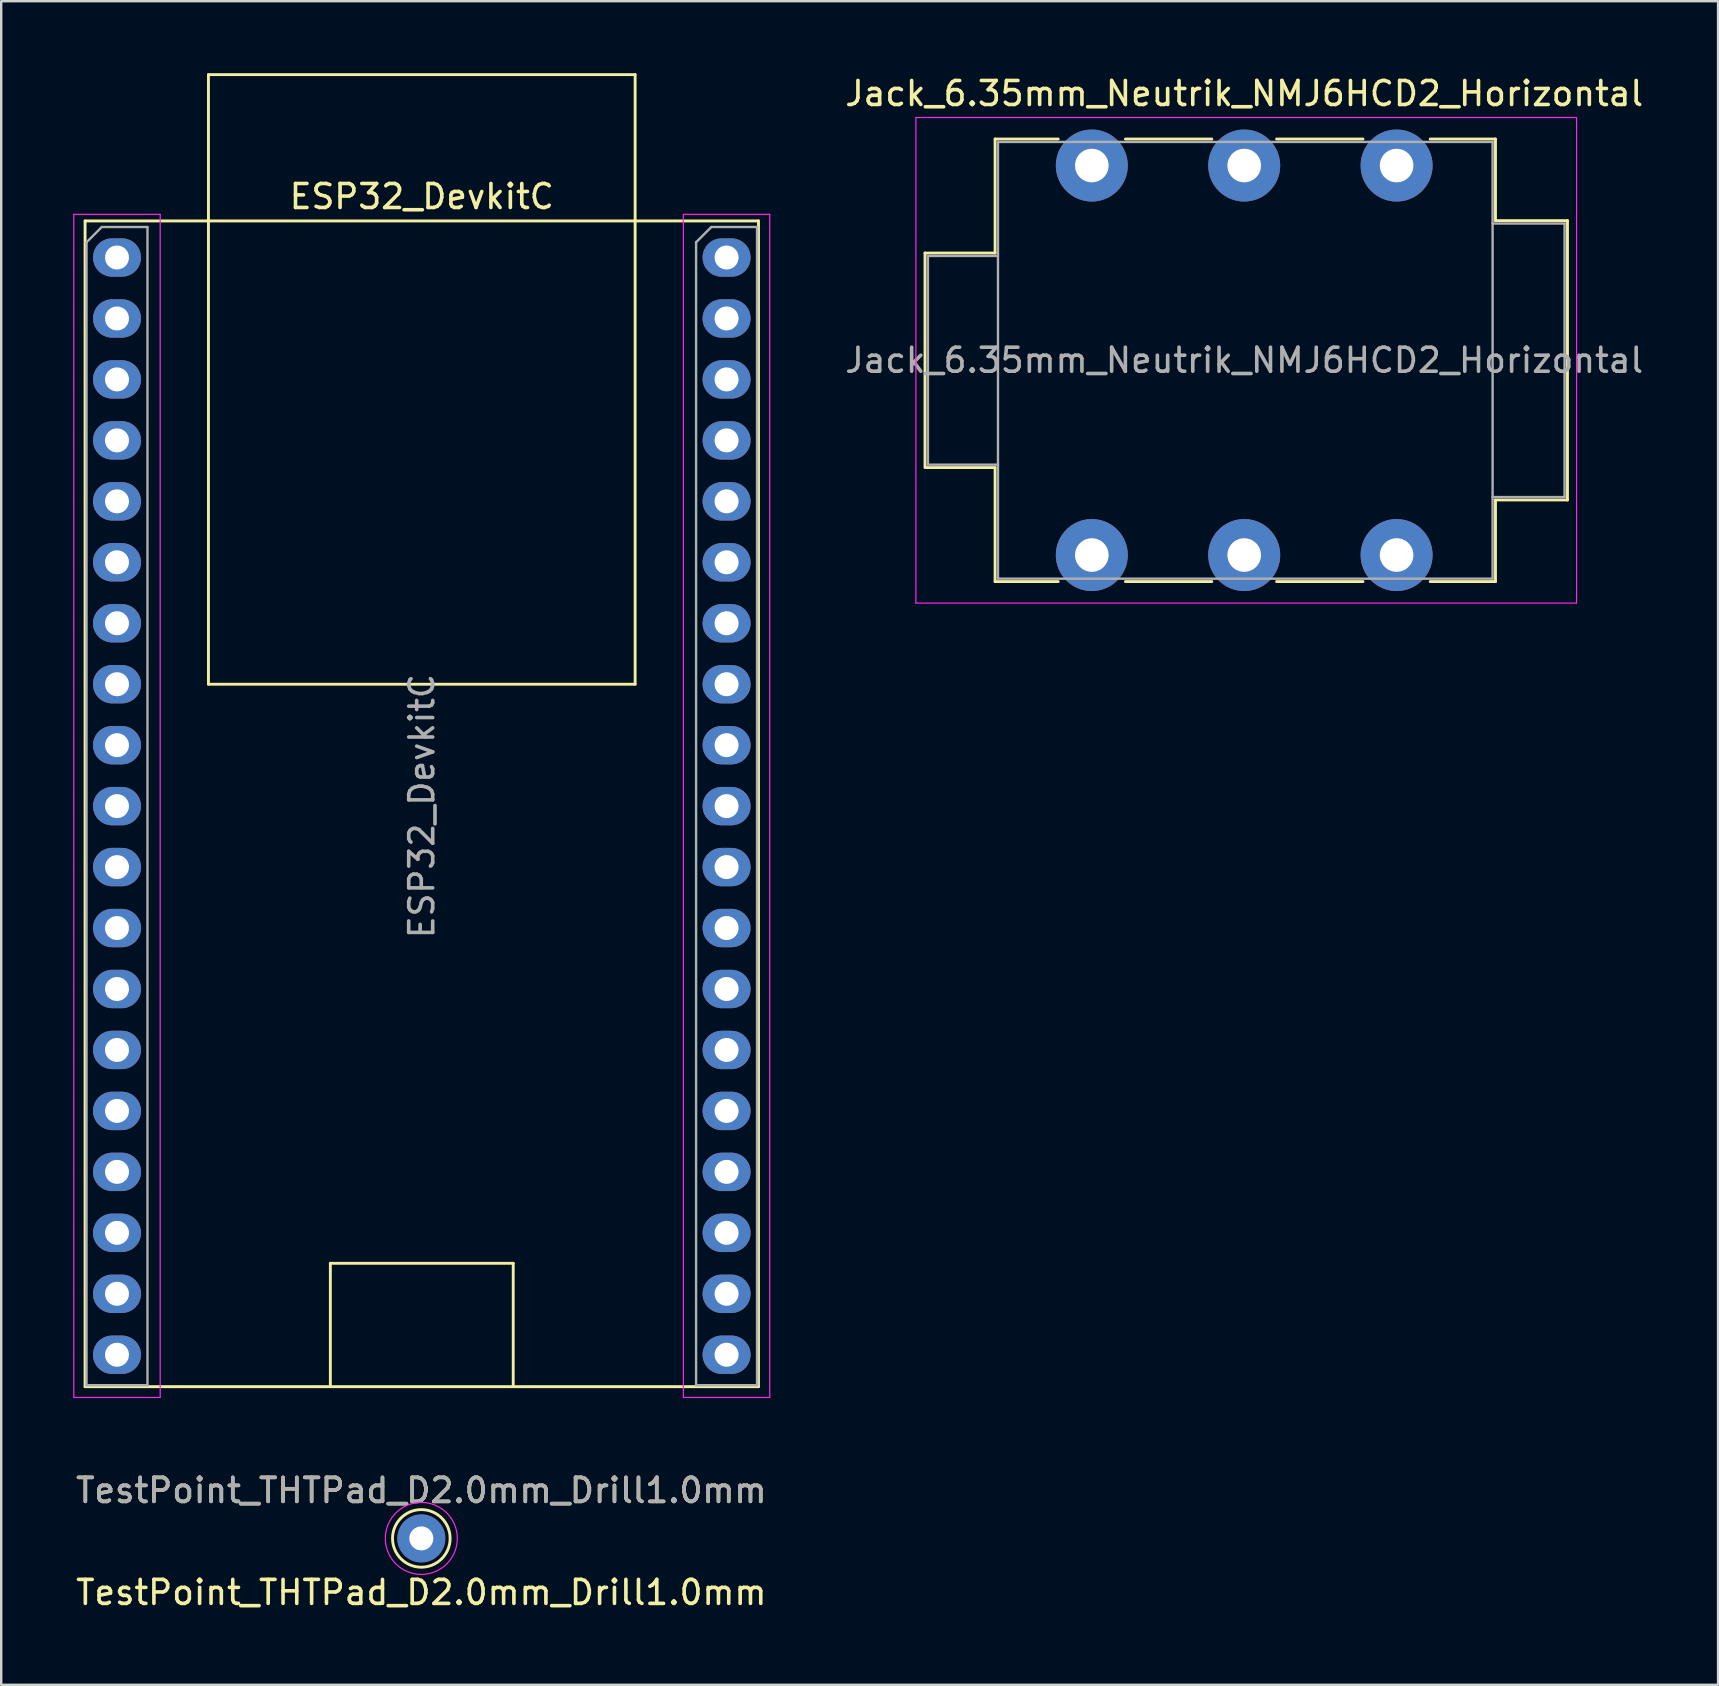
<source format=kicad_pcb>
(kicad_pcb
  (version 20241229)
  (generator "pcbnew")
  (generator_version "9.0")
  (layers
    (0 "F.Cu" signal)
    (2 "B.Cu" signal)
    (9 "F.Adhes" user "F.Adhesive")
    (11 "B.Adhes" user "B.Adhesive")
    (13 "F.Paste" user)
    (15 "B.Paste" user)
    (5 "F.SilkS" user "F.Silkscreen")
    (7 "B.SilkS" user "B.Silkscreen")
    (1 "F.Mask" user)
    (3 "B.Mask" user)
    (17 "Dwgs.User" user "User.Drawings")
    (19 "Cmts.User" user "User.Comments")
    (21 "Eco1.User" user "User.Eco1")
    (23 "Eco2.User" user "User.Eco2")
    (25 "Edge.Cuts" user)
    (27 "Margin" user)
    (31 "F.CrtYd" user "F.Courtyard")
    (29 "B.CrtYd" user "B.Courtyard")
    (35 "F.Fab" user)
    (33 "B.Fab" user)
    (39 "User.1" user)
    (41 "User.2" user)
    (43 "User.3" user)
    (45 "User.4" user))
  (footprint "ESP32_DevkitC"
    (layer "F.Cu")
    (at 14.525 30.54)
    (property "Reference" "ESP32_DevkitC" (at 0 -25.4 0) (layer "F.SilkS") (effects (font (size 1 1) (thickness 0.15))))
    (attr exclude_from_pos_files exclude_from_bom)
    (fp_line (start -14.03 -24.384) (end -14.03 24.19) (stroke (width 0.12) (type solid)) (layer "F.SilkS"))
    (fp_line (start -14.03 -24.384) (end 14.03 -24.384) (stroke (width 0.12) (type solid)) (layer "F.SilkS"))
    (fp_line (start -14.03 24.19) (end 14.03 24.19) (stroke (width 0.12) (type solid)) (layer "F.SilkS"))
    (fp_line (start -8.89 -30.48) (end 8.89 -30.48) (stroke (width 0.12) (type solid)) (layer "F.SilkS"))
    (fp_line (start -8.89 -5.08) (end -8.89 -30.48) (stroke (width 0.12) (type solid)) (layer "F.SilkS"))
    (fp_line (start -3.81 19.05) (end 3.81 19.05) (stroke (width 0.12) (type solid)) (layer "F.SilkS"))
    (fp_line (start -3.81 24.13) (end -3.81 19.05) (stroke (width 0.12) (type solid)) (layer "F.SilkS"))
    (fp_line (start 3.81 19.05) (end 3.81 24.13) (stroke (width 0.12) (type solid)) (layer "F.SilkS"))
    (fp_line (start 8.89 -30.48) (end 8.89 -5.08) (stroke (width 0.12) (type solid)) (layer "F.SilkS"))
    (fp_line (start 8.89 -5.08) (end -8.89 -5.08) (stroke (width 0.12) (type solid)) (layer "F.SilkS"))
    (fp_line (start 14.03 -24.384) (end 14.03 24.19) (stroke (width 0.12) (type solid)) (layer "F.SilkS"))
    (fp_line (start -14.5 -24.66) (end -14.5 24.64) (stroke (width 0.05) (type solid)) (layer "F.CrtYd"))
    (fp_line (start -14.5 24.64) (end -10.9 24.64) (stroke (width 0.05) (type solid)) (layer "F.CrtYd"))
    (fp_line (start -10.9 -24.66) (end -14.5 -24.66) (stroke (width 0.05) (type solid)) (layer "F.CrtYd"))
    (fp_line (start -10.9 24.64) (end -10.9 -24.66) (stroke (width 0.05) (type solid)) (layer "F.CrtYd"))
    (fp_line (start 10.9 -24.66) (end 10.9 24.64) (stroke (width 0.05) (type solid)) (layer "F.CrtYd"))
    (fp_line (start 10.9 24.64) (end 14.5 24.64) (stroke (width 0.05) (type solid)) (layer "F.CrtYd"))
    (fp_line (start 14.5 -24.66) (end 10.9 -24.66) (stroke (width 0.05) (type solid)) (layer "F.CrtYd"))
    (fp_line (start 14.5 24.64) (end 14.5 -24.66) (stroke (width 0.05) (type solid)) (layer "F.CrtYd"))
    (fp_line (start -13.97 -23.495) (end -13.335 -24.13) (stroke (width 0.1) (type solid)) (layer "F.Fab"))
    (fp_line (start -13.97 24.13) (end -13.97 -23.495) (stroke (width 0.1) (type solid)) (layer "F.Fab"))
    (fp_line (start -13.335 -24.13) (end -11.43 -24.13) (stroke (width 0.1) (type solid)) (layer "F.Fab"))
    (fp_line (start -11.43 -24.13) (end -11.43 24.13) (stroke (width 0.1) (type solid)) (layer "F.Fab"))
    (fp_line (start -11.43 24.13) (end -13.97 24.13) (stroke (width 0.1) (type solid)) (layer "F.Fab"))
    (fp_line (start 11.43 -23.495) (end 12.065 -24.13) (stroke (width 0.1) (type solid)) (layer "F.Fab"))
    (fp_line (start 11.43 24.13) (end 11.43 -23.495) (stroke (width 0.1) (type solid)) (layer "F.Fab"))
    (fp_line (start 12.065 -24.13) (end 13.97 -24.13) (stroke (width 0.1) (type solid)) (layer "F.Fab"))
    (fp_line (start 13.97 -24.13) (end 13.97 24.13) (stroke (width 0.1) (type solid)) (layer "F.Fab"))
    (fp_line (start 13.97 24.13) (end 11.43 24.13) (stroke (width 0.1) (type solid)) (layer "F.Fab"))
    (fp_text user "${REFERENCE}" (at 0 0 90) (layer "F.Fab") (effects (font (size 1 1) (thickness 0.15))))
    (pad "1" thru_hole oval (at -12.7 -22.86) (size 2 1.6) (drill 1) (layers "*.Cu" "*.Mask"))
    (pad "2" thru_hole oval (at -12.7 -20.32) (size 2 1.6) (drill 1) (layers "*.Cu" "*.Mask"))
    (pad "3" thru_hole oval (at -12.7 -17.78) (size 2 1.6) (drill 1) (layers "*.Cu" "*.Mask"))
    (pad "4" thru_hole oval (at -12.7 -15.24) (size 2 1.6) (drill 1) (layers "*.Cu" "*.Mask"))
    (pad "5" thru_hole oval (at -12.7 -12.7) (size 2 1.6) (drill 1) (layers "*.Cu" "*.Mask"))
    (pad "6" thru_hole oval (at -12.7 -10.16) (size 2 1.6) (drill 1) (layers "*.Cu" "*.Mask"))
    (pad "7" thru_hole oval (at -12.7 -7.62) (size 2 1.6) (drill 1) (layers "*.Cu" "*.Mask"))
    (pad "8" thru_hole oval (at -12.7 -5.08) (size 2 1.6) (drill 1) (layers "*.Cu" "*.Mask"))
    (pad "9" thru_hole oval (at -12.7 -2.54) (size 2 1.6) (drill 1) (layers "*.Cu" "*.Mask"))
    (pad "10" thru_hole oval (at -12.7 0) (size 2 1.6) (drill 1) (layers "*.Cu" "*.Mask"))
    (pad "11" thru_hole oval (at -12.7 2.54) (size 2 1.6) (drill 1) (layers "*.Cu" "*.Mask"))
    (pad "12" thru_hole oval (at -12.7 5.08) (size 2 1.6) (drill 1) (layers "*.Cu" "*.Mask"))
    (pad "13" thru_hole oval (at -12.7 7.62) (size 2 1.6) (drill 1) (layers "*.Cu" "*.Mask"))
    (pad "14" thru_hole oval (at -12.7 10.16) (size 2 1.6) (drill 1) (layers "*.Cu" "*.Mask"))
    (pad "15" thru_hole oval (at -12.7 12.7) (size 2 1.6) (drill 1) (layers "*.Cu" "*.Mask"))
    (pad "16" thru_hole oval (at -12.7 15.24) (size 2 1.6) (drill 1) (layers "*.Cu" "*.Mask"))
    (pad "17" thru_hole oval (at -12.7 17.78) (size 2 1.6) (drill 1) (layers "*.Cu" "*.Mask"))
    (pad "18" thru_hole oval (at -12.7 20.32) (size 2 1.6) (drill 1) (layers "*.Cu" "*.Mask"))
    (pad "19" thru_hole oval (at -12.7 22.86) (size 2 1.6) (drill 1) (layers "*.Cu" "*.Mask"))
    (pad "20" thru_hole oval (at 12.7 22.86) (size 2 1.6) (drill 1) (layers "*.Cu" "*.Mask"))
    (pad "21" thru_hole oval (at 12.7 20.32) (size 2 1.6) (drill 1) (layers "*.Cu" "*.Mask"))
    (pad "22" thru_hole oval (at 12.7 17.78) (size 2 1.6) (drill 1) (layers "*.Cu" "*.Mask"))
    (pad "23" thru_hole oval (at 12.7 15.24) (size 2 1.6) (drill 1) (layers "*.Cu" "*.Mask"))
    (pad "24" thru_hole oval (at 12.7 12.7) (size 2 1.6) (drill 1) (layers "*.Cu" "*.Mask"))
    (pad "25" thru_hole oval (at 12.7 10.16) (size 2 1.6) (drill 1) (layers "*.Cu" "*.Mask"))
    (pad "26" thru_hole oval (at 12.7 7.62) (size 2 1.6) (drill 1) (layers "*.Cu" "*.Mask"))
    (pad "27" thru_hole oval (at 12.7 5.08) (size 2 1.6) (drill 1) (layers "*.Cu" "*.Mask"))
    (pad "28" thru_hole oval (at 12.7 2.54) (size 2 1.6) (drill 1) (layers "*.Cu" "*.Mask"))
    (pad "29" thru_hole oval (at 12.7 0) (size 2 1.6) (drill 1) (layers "*.Cu" "*.Mask"))
    (pad "30" thru_hole oval (at 12.7 -2.54) (size 2 1.6) (drill 1) (layers "*.Cu" "*.Mask"))
    (pad "31" thru_hole oval (at 12.7 -5.08) (size 2 1.6) (drill 1) (layers "*.Cu" "*.Mask"))
    (pad "32" thru_hole oval (at 12.7 -7.62) (size 2 1.6) (drill 1) (layers "*.Cu" "*.Mask"))
    (pad "33" thru_hole oval (at 12.7 -10.16) (size 2 1.6) (drill 1) (layers "*.Cu" "*.Mask"))
    (pad "34" thru_hole oval (at 12.7 -12.7) (size 2 1.6) (drill 1) (layers "*.Cu" "*.Mask"))
    (pad "35" thru_hole oval (at 12.7 -15.24) (size 2 1.6) (drill 1) (layers "*.Cu" "*.Mask"))
    (pad "36" thru_hole oval (at 12.7 -17.78) (size 2 1.6) (drill 1) (layers "*.Cu" "*.Mask"))
    (pad "37" thru_hole oval (at 12.7 -20.32) (size 2 1.6) (drill 1) (layers "*.Cu" "*.Mask"))
    (pad "38" thru_hole oval (at 12.7 -22.86) (size 2 1.6) (drill 1) (layers "*.Cu" "*.Mask")))
  (footprint "Jack_6.35mm_Neutrik_NMJ6HCD2_Horizontal"
    (layer "F.Cu")
    (at 59.194 11.963)
    (property "Reference" "Jack_6.35mm_Neutrik_NMJ6HCD2_Horizontal" (at -10.4 -11.115 0) (layer "F.SilkS") (effects (font (size 1 1) (thickness 0.15))))
    (attr through_hole)
    (fp_line (start -23.7 -4.47) (end -20.78 -4.47) (stroke (width 0.12) (type solid)) (layer "F.SilkS"))
    (fp_line (start -23.7 4.43) (end -23.7 -4.47) (stroke (width 0.12) (type solid)) (layer "F.SilkS"))
    (fp_line (start -23.7 4.47) (end -20.78 4.47) (stroke (width 0.12) (type solid)) (layer "F.SilkS"))
    (fp_line (start -20.78 -9.22) (end -18.15 -9.22) (stroke (width 0.12) (type solid)) (layer "F.SilkS"))
    (fp_line (start -20.78 -4.47) (end -20.78 -9.22) (stroke (width 0.12) (type solid)) (layer "F.SilkS"))
    (fp_line (start -20.78 9.22) (end -20.78 4.47) (stroke (width 0.12) (type solid)) (layer "F.SilkS"))
    (fp_line (start -18.15 9.22) (end -20.78 9.22) (stroke (width 0.12) (type solid)) (layer "F.SilkS"))
    (fp_line (start -15.35 -9.22) (end -11.75 -9.22) (stroke (width 0.12) (type solid)) (layer "F.SilkS"))
    (fp_line (start -11.75 9.22) (end -15.35 9.22) (stroke (width 0.12) (type solid)) (layer "F.SilkS"))
    (fp_line (start -9.05 -9.22) (end -5.45 -9.22) (stroke (width 0.12) (type solid)) (layer "F.SilkS"))
    (fp_line (start -5.45 9.22) (end -9.05 9.22) (stroke (width 0.12) (type solid)) (layer "F.SilkS"))
    (fp_line (start 0.07 -9.22) (end -2.65 -9.22) (stroke (width 0.12) (type solid)) (layer "F.SilkS"))
    (fp_line (start 0.07 -5.82) (end 0.07 -9.22) (stroke (width 0.12) (type solid)) (layer "F.SilkS"))
    (fp_line (start 0.07 -5.82) (end 3.07 -5.82) (stroke (width 0.12) (type solid)) (layer "F.SilkS"))
    (fp_line (start 0.07 5.82) (end 3.07 5.82) (stroke (width 0.12) (type solid)) (layer "F.SilkS"))
    (fp_line (start 0.07 9.22) (end -2.65 9.22) (stroke (width 0.12) (type solid)) (layer "F.SilkS"))
    (fp_line (start 0.07 9.22) (end 0.07 5.82) (stroke (width 0.12) (type solid)) (layer "F.SilkS"))
    (fp_line (start 3.07 5.82) (end 3.07 -5.82) (stroke (width 0.12) (type solid)) (layer "F.SilkS"))
    (fp_line (start -24.08 10.115) (end -24.08 -10.115) (stroke (width 0.05) (type solid)) (layer "F.CrtYd"))
    (fp_line (start -24.08 10.115) (end 3.45 10.115) (stroke (width 0.05) (type solid)) (layer "F.CrtYd"))
    (fp_line (start 3.45 -10.115) (end -24.08 -10.115) (stroke (width 0.05) (type solid)) (layer "F.CrtYd"))
    (fp_line (start 3.45 10.115) (end 3.45 -10.115) (stroke (width 0.05) (type solid)) (layer "F.CrtYd"))
    (fp_line (start -23.58 -4.35) (end -20.66 -4.35) (stroke (width 0.1) (type solid)) (layer "F.Fab"))
    (fp_line (start -23.58 4.35) (end -23.58 -4.35) (stroke (width 0.1) (type solid)) (layer "F.Fab"))
    (fp_line (start -23.58 4.35) (end -20.66 4.35) (stroke (width 0.1) (type solid)) (layer "F.Fab"))
    (fp_line (start -20.66 9.1) (end -20.66 -9.1) (stroke (width 0.1) (type solid)) (layer "F.Fab"))
    (fp_line (start -0.05 -9.1) (end -20.66 -9.1) (stroke (width 0.1) (type solid)) (layer "F.Fab"))
    (fp_line (start -0.05 9.1) (end -20.66 9.1) (stroke (width 0.1) (type solid)) (layer "F.Fab"))
    (fp_line (start -0.05 9.1) (end -0.05 -9.1) (stroke (width 0.1) (type solid)) (layer "F.Fab"))
    (fp_line (start 2.95 -5.7) (end -0.05 -5.7) (stroke (width 0.1) (type solid)) (layer "F.Fab"))
    (fp_line (start 2.95 5.7) (end -0.05 5.7) (stroke (width 0.1) (type solid)) (layer "F.Fab"))
    (fp_line (start 2.95 5.7) (end 2.95 -5.7) (stroke (width 0.1) (type solid)) (layer "F.Fab"))
    (fp_text user "${REFERENCE}" (at -10.4 0 0) (layer "F.Fab") (effects (font (size 1 1) (thickness 0.15))))
    (pad "R" thru_hole circle (at -10.4 -8.115) (size 3 3) (drill 1.4) (layers "*.Cu" "*.Mask"))
    (pad "RN" thru_hole circle (at -10.4 8.115) (size 3 3) (drill 1.4) (layers "*.Cu" "*.Mask"))
    (pad "S" thru_hole circle (at -4.05 -8.115) (size 3 3) (drill 1.4) (layers "*.Cu" "*.Mask"))
    (pad "SN" thru_hole circle (at -4.05 8.115) (size 3 3) (drill 1.4) (layers "*.Cu" "*.Mask"))
    (pad "T" thru_hole circle (at -16.75 -8.115) (size 3 3) (drill 1.4) (layers "*.Cu" "*.Mask"))
    (pad "TN" thru_hole circle (at -16.75 8.115) (size 3 3) (drill 1.4) (layers "*.Cu" "*.Mask")))
  (footprint "TestPoint_THTPad_D2.0mm_Drill1.0mm"
    (layer "F.Cu")
    (at 14.506 61.053)
    (property "Reference" "TestPoint_THTPad_D2.0mm_Drill1.0mm" (at 0 -1.998 0) (layer "F.SilkS") (effects (font (size 1 1) (thickness 0.15))))
    (property "Value" "TestPoint_THTPad_D2.0mm_Drill1.0mm" (at 0 2.25 0) (layer "F.Fab") (hide yes) (effects (font (size 1 1) (thickness 0.15))))
    (attr exclude_from_pos_files exclude_from_bom)
    (fp_circle (center 0 0) (end 0 1.2) (stroke (width 0.12) (type solid)) (fill no) (layer "F.SilkS"))
    (fp_circle (center 0 0) (end 1.5 0) (stroke (width 0.05) (type solid)) (fill no) (layer "F.CrtYd"))
    (fp_text user "${VALUE}" (at 0 2.252 0) (layer "F.SilkS") (effects (font (size 1 1) (thickness 0.15))))
    (fp_text user "${REFERENCE}" (at 0 -2 0) (layer "F.Fab") (effects (font (size 1 1) (thickness 0.15))))
    (pad "1" thru_hole circle (at 0 0) (size 2 2) (drill 1) (layers "*.Cu" "*.Mask")))
  (gr_rect
    (start -3 -3)
    (end 68.538 67.153)
    (stroke (width 0.1) (type default))
    (fill no)
    (layer "Edge.Cuts")))
</source>
